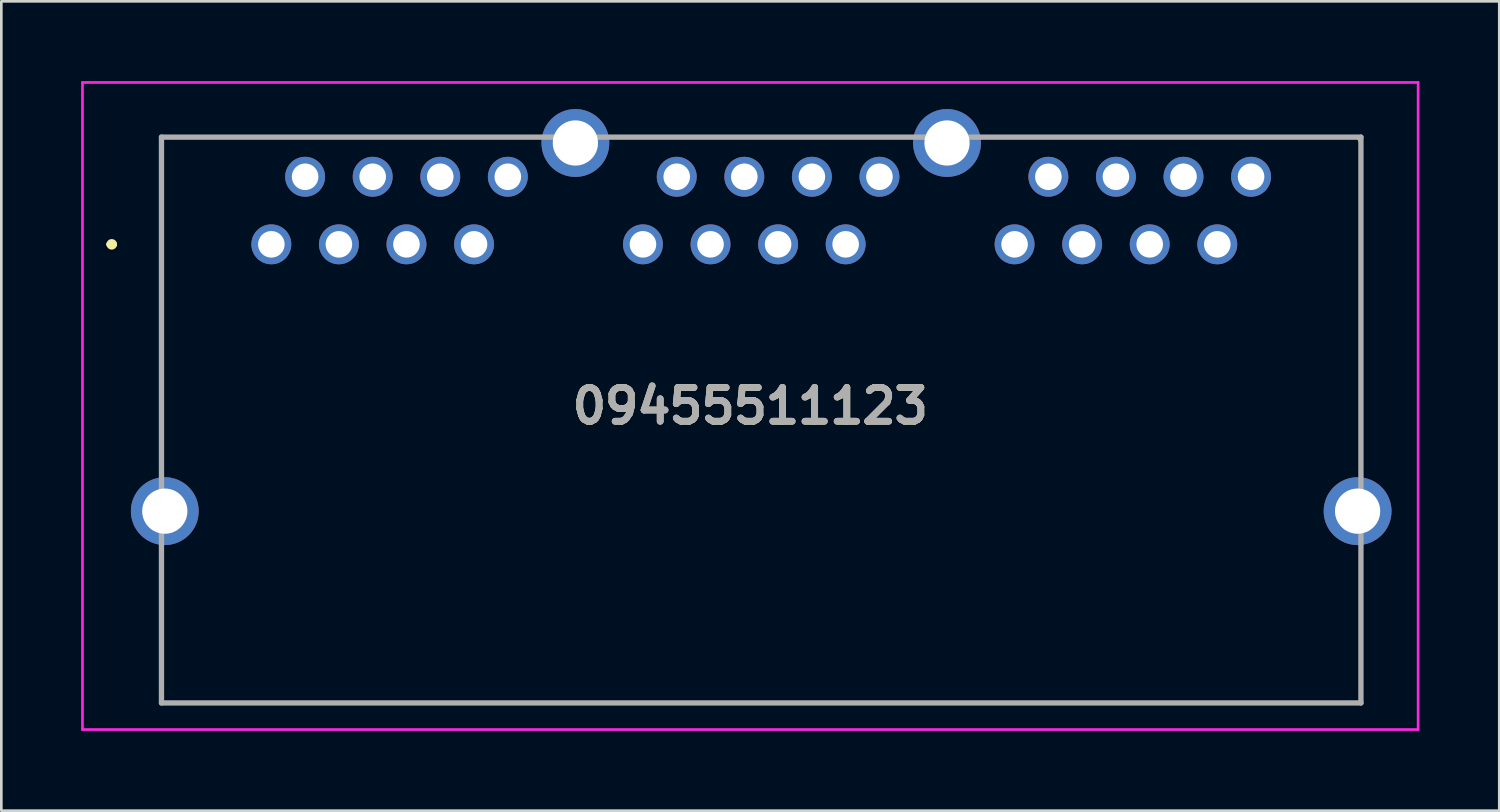
<source format=kicad_pcb>
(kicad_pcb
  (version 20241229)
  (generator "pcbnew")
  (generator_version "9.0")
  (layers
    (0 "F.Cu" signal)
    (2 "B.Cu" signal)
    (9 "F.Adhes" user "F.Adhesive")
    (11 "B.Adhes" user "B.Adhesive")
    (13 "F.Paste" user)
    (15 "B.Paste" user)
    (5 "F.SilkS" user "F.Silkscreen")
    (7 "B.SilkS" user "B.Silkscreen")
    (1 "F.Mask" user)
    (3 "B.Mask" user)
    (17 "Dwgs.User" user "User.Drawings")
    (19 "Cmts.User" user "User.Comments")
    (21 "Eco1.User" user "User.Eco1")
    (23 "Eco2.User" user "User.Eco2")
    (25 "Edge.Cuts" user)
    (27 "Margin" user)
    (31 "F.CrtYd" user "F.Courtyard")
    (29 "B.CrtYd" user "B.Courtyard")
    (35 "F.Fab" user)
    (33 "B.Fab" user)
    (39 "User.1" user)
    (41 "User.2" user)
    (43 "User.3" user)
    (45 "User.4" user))
  (footprint "09455511123"
    (layer "F.Cu")
    (at 7.15 6.135)
    (property "Reference" "09455511123" (at 18.005 6.077 0) (layer "F.SilkS") (effects (font (size 1.27 1.27) (thickness 0.254))))
    (attr through_hole)
    (fp_line (start -6.1 0) (end -6.1 0) (stroke (width 0.2) (type solid)) (layer "F.SilkS"))
    (fp_line (start -5.9 0) (end -5.9 0) (stroke (width 0.2) (type solid)) (layer "F.SilkS"))
    (fp_line (start -4.13 -4.03) (end 9.1 -4.03) (stroke (width 0.1) (type solid)) (layer "F.SilkS"))
    (fp_line (start -4.13 7.35) (end -4.13 -4.03) (stroke (width 0.1) (type solid)) (layer "F.SilkS"))
    (fp_line (start -4.13 12.35) (end -4.13 17.24) (stroke (width 0.1) (type solid)) (layer "F.SilkS"))
    (fp_line (start -4.13 17.24) (end 40.96 17.24) (stroke (width 0.1) (type solid)) (layer "F.SilkS"))
    (fp_line (start 27.1 -4.03) (end 40.835 -4.03) (stroke (width 0.1) (type solid)) (layer "F.SilkS"))
    (fp_line (start 40.835 -4.03) (end 40.96 -3.81) (stroke (width 0.1) (type solid)) (layer "F.SilkS"))
    (fp_line (start 40.96 -3.81) (end 40.96 6.35) (stroke (width 0.1) (type solid)) (layer "F.SilkS"))
    (fp_line (start 40.96 17.24) (end 40.96 12.35) (stroke (width 0.1) (type solid)) (layer "F.SilkS"))
    (fp_arc (start -6.1 0) (mid -6 -0.1) (end -5.9 0) (stroke (width 0.2) (type solid)) (layer "F.SilkS"))
    (fp_arc (start -5.9 0) (mid -6 0.1) (end -6.1 0) (stroke (width 0.2) (type solid)) (layer "F.SilkS"))
    (fp_line (start -7.1 -6.085) (end 43.11 -6.085) (stroke (width 0.1) (type solid)) (layer "F.CrtYd"))
    (fp_line (start -7.1 18.24) (end -7.1 -6.085) (stroke (width 0.1) (type solid)) (layer "F.CrtYd"))
    (fp_line (start 43.11 -6.085) (end 43.11 18.24) (stroke (width 0.1) (type solid)) (layer "F.CrtYd"))
    (fp_line (start 43.11 18.24) (end -7.1 18.24) (stroke (width 0.1) (type solid)) (layer "F.CrtYd"))
    (fp_line (start -4.13 -4.03) (end 40.96 -4.03) (stroke (width 0.2) (type solid)) (layer "F.Fab"))
    (fp_line (start -4.13 17.24) (end -4.13 -4.03) (stroke (width 0.2) (type solid)) (layer "F.Fab"))
    (fp_line (start 40.96 -4.03) (end 40.96 17.24) (stroke (width 0.2) (type solid)) (layer "F.Fab"))
    (fp_line (start 40.96 17.24) (end -4.13 17.24) (stroke (width 0.2) (type solid)) (layer "F.Fab"))
    (fp_text user "${REFERENCE}" (at 18.005 6.077 0) (layer "F.Fab") (effects (font (size 1.27 1.27) (thickness 0.254))))
    (pad "" np_thru_hole circle (at -1.27 6.35) (size 0.001 0.001) (drill 3.3) (layers "*.Cu" "*.Mask"))
    (pad "" np_thru_hole circle (at 38.1 6.35) (size 0.001 0.001) (drill 3.3) (layers "*.Cu" "*.Mask"))
    (pad "A1" thru_hole circle (at 0 0) (size 1.5 1.5) (drill 1) (layers "*.Cu" "*.Mask"))
    (pad "A2" thru_hole circle (at 1.27 -2.54) (size 1.5 1.5) (drill 1) (layers "*.Cu" "*.Mask"))
    (pad "A3" thru_hole circle (at 2.54 0) (size 1.5 1.5) (drill 1) (layers "*.Cu" "*.Mask"))
    (pad "A4" thru_hole circle (at 3.81 -2.54) (size 1.5 1.5) (drill 1) (layers "*.Cu" "*.Mask"))
    (pad "A5" thru_hole circle (at 5.08 0) (size 1.5 1.5) (drill 1) (layers "*.Cu" "*.Mask"))
    (pad "A6" thru_hole circle (at 6.35 -2.54) (size 1.5 1.5) (drill 1) (layers "*.Cu" "*.Mask"))
    (pad "A7" thru_hole circle (at 7.62 0) (size 1.5 1.5) (drill 1) (layers "*.Cu" "*.Mask"))
    (pad "A8" thru_hole circle (at 8.89 -2.54) (size 1.5 1.5) (drill 1) (layers "*.Cu" "*.Mask"))
    (pad "B1" thru_hole circle (at 13.97 0) (size 1.5 1.5) (drill 1) (layers "*.Cu" "*.Mask"))
    (pad "B2" thru_hole circle (at 15.24 -2.54) (size 1.5 1.5) (drill 1) (layers "*.Cu" "*.Mask"))
    (pad "B3" thru_hole circle (at 16.51 0) (size 1.5 1.5) (drill 1) (layers "*.Cu" "*.Mask"))
    (pad "B4" thru_hole circle (at 17.78 -2.54) (size 1.5 1.5) (drill 1) (layers "*.Cu" "*.Mask"))
    (pad "B5" thru_hole circle (at 19.05 0) (size 1.5 1.5) (drill 1) (layers "*.Cu" "*.Mask"))
    (pad "B6" thru_hole circle (at 20.32 -2.54) (size 1.5 1.5) (drill 1) (layers "*.Cu" "*.Mask"))
    (pad "B7" thru_hole circle (at 21.59 0) (size 1.5 1.5) (drill 1) (layers "*.Cu" "*.Mask"))
    (pad "B8" thru_hole circle (at 22.86 -2.54) (size 1.5 1.5) (drill 1) (layers "*.Cu" "*.Mask"))
    (pad "C1" thru_hole circle (at 27.94 0) (size 1.5 1.5) (drill 1) (layers "*.Cu" "*.Mask"))
    (pad "C2" thru_hole circle (at 29.21 -2.54) (size 1.5 1.5) (drill 1) (layers "*.Cu" "*.Mask"))
    (pad "C3" thru_hole circle (at 30.48 0) (size 1.5 1.5) (drill 1) (layers "*.Cu" "*.Mask"))
    (pad "C4" thru_hole circle (at 31.75 -2.54) (size 1.5 1.5) (drill 1) (layers "*.Cu" "*.Mask"))
    (pad "C5" thru_hole circle (at 33.02 0) (size 1.5 1.5) (drill 1) (layers "*.Cu" "*.Mask"))
    (pad "C6" thru_hole circle (at 34.29 -2.54) (size 1.5 1.5) (drill 1) (layers "*.Cu" "*.Mask"))
    (pad "C7" thru_hole circle (at 35.56 0) (size 1.5 1.5) (drill 1) (layers "*.Cu" "*.Mask"))
    (pad "C8" thru_hole circle (at 36.83 -2.54) (size 1.5 1.5) (drill 1) (layers "*.Cu" "*.Mask"))
    (pad "MH3" thru_hole circle (at -4.005 10.03) (size 2.55 2.55) (drill 1.7) (layers "*.Cu" "*.Mask"))
    (pad "MH4" thru_hole circle (at 40.835 10.03) (size 2.55 2.55) (drill 1.7) (layers "*.Cu" "*.Mask"))
    (pad "MH5" thru_hole circle (at 11.43 -3.81) (size 2.55 2.55) (drill 1.7) (layers "*.Cu" "*.Mask"))
    (pad "MH6" thru_hole circle (at 25.4 -3.81) (size 2.55 2.55) (drill 1.7) (layers "*.Cu" "*.Mask")))
  (gr_rect
    (start -3 -3)
    (end 53.31 27.425)
    (stroke (width 0.1) (type default))
    (fill no)
    (layer "Edge.Cuts")))
</source>
